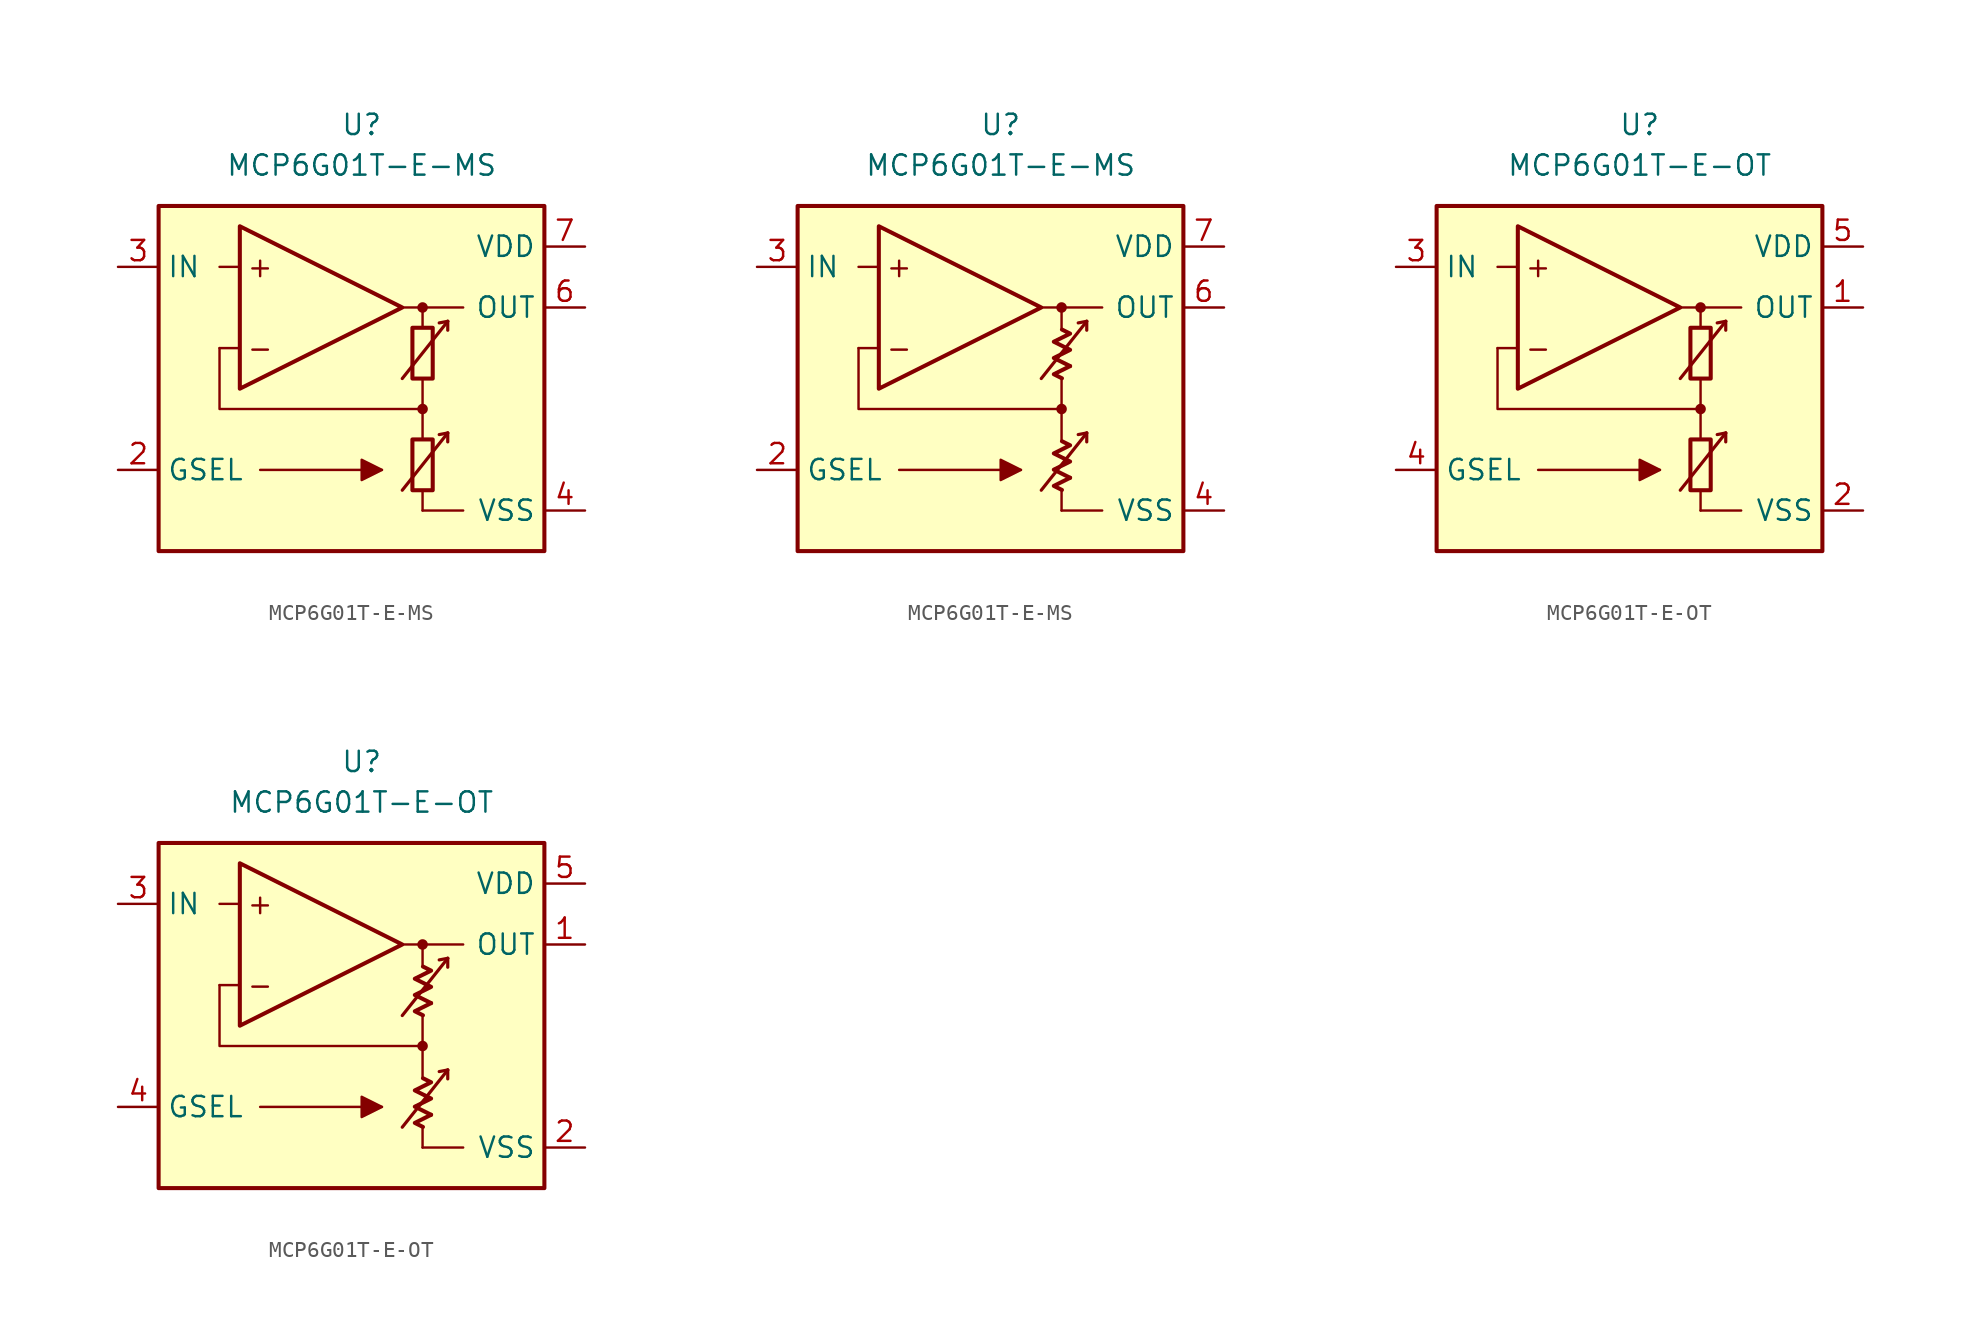
<source format=kicad_sym>
(kicad_symbol_lib
  (version 20231120)
  (generator "kicad_symbol_editor")
  (generator_version "8.0")
  (symbol "MCP6G01T-E-MS"
    (property "Reference" "U"
      (at 0 16.51 0)
      (effects (font (size 1.27 1.27))))
    (property "Value" "MCP6G01T-E-MS"
      (at 0 13.97 0)
      (effects (font (size 1.27 1.27))))
    (symbol "MCP6G01T-E-MS_0_0"
      (rectangle (start -12.7 11.43) (end 11.43 -10.16) (stroke (width 0.254) (type default)) (fill (type background)))
      (polyline (pts (xy 3.81 -3.81)) (stroke (width 0.152) (type default)) (fill (type none)))
      (polyline (pts (xy 3.81 -3.175)) (stroke (width 0.152) (type default)) (fill (type none)))
      (polyline (pts (xy 3.81 3.81)) (stroke (width 0.152) (type default)) (fill (type none)))
      (polyline (pts (xy 3.81 3.81)) (stroke (width 0.152) (type default)) (fill (type none)))
      (polyline (pts (xy -7.62 2.54) (xy -8.89 2.54)) (stroke (width 0.152) (type default)) (fill (type none)))
      (polyline (pts (xy -7.62 7.62) (xy -8.89 7.62)) (stroke (width 0.152) (type default)) (fill (type none)))
      (polyline (pts (xy 2.54 5.08) (xy 6.35 5.08)) (stroke (width 0.152) (type default)) (fill (type none)))
      (polyline (pts (xy 3.81 -7.62) (xy 6.35 -7.62)) (stroke (width 0.152) (type default)) (fill (type none)))
      (polyline (pts (xy 3.81 -6.35) (xy 3.81 -7.62)) (stroke (width 0.152) (type default)) (fill (type none)))
      (polyline (pts (xy 3.81 -1.27) (xy 3.81 -3.175)) (stroke (width 0.152) (type default)) (fill (type none)))
      (polyline (pts (xy 3.81 0.635) (xy 3.81 -1.27)) (stroke (width 0.152) (type default)) (fill (type none)))
      (polyline (pts (xy 3.81 5.08) (xy 3.81 3.81)) (stroke (width 0.152) (type default)) (fill (type none)))
      (polyline (pts (xy 3.81 -1.27) (xy -8.89 -1.27) (xy -8.89 2.54)) (stroke (width 0.152) (type default)) (fill (type none)))
      (circle (center 3.81 -1.27) (radius 0.254) (stroke (width 0.152) (type default)) (fill (type outline)))
      (circle (center 3.81 5.08) (radius 0.254) (stroke (width 0.152) (type default)) (fill (type outline)))
      (text "+" (at -6.35 7.62 0) (effects (font (size 1.27 1.27))))
      (text "-" (at -6.35 2.54 0) (effects (font (size 1.27 1.27)))))
    (symbol "MCP6G01T-E-MS_0_1"
      (rectangle (start 3.175 -3.175) (end 4.445 -6.35) (stroke (width 0.254) (type default)) (fill (type none)))
      (rectangle (start 3.175 3.81) (end 4.445 0.635) (stroke (width 0.254) (type default)) (fill (type none))))
    (symbol "MCP6G01T-E-MS_0_2"
      (polyline (pts (xy 4.343 -5.572) (xy 3.326 -6.08) (xy 3.834 -6.333)) (stroke (width 0.254) (type default)) (fill (type none)))
      (polyline (pts (xy 4.343 1.413) (xy 3.326 0.905) (xy 3.834 0.651)) (stroke (width 0.254) (type default)) (fill (type none)))
      (polyline (pts (xy 3.834 -3.285) (xy 4.343 -3.539) (xy 3.326 -4.048) (xy 4.343 -4.556) (xy 3.326 -5.064) (xy 4.343 -5.572)) (stroke (width 0.254) (type default)) (fill (type none)))
      (polyline (pts (xy 3.834 3.7) (xy 4.343 3.446) (xy 3.326 2.938) (xy 4.343 2.429) (xy 3.326 1.921) (xy 4.343 1.413)) (stroke (width 0.254) (type default)) (fill (type none))))
    (symbol "MCP6G01T-E-MS_1_0"
      (polyline (pts (xy -6.35 -5.08) (xy 1.27 -5.08)) (stroke (width 0.152) (type default)) (fill (type none)))
      (polyline (pts (xy 5.385 -2.769) (xy 4.851 -2.87)) (stroke (width 0.2) (type default)) (fill (type none)))
      (polyline (pts (xy 5.385 -2.769) (xy 5.385 -3.327)) (stroke (width 0.2) (type default)) (fill (type none)))
      (polyline (pts (xy 5.385 4.216) (xy 4.851 4.115)) (stroke (width 0.2) (type default)) (fill (type none)))
      (polyline (pts (xy 5.385 4.216) (xy 5.385 3.658)) (stroke (width 0.2) (type default)) (fill (type none)))
      (polyline (pts (xy -7.62 10.16) (xy -7.62 0) (xy 2.54 5.08) (xy -7.62 10.16)) (stroke (width 0.254) (type default)) (fill (type background)))
      (polyline (pts (xy 2.54 -6.35) (xy 5.385 -2.769) (xy 5.385 -2.769) (xy 5.385 -2.769)) (stroke (width 0.2) (type default)) (fill (type none)))
      (polyline (pts (xy 2.54 0.635) (xy 5.385 4.216) (xy 5.385 4.216) (xy 5.385 4.216)) (stroke (width 0.2) (type default)) (fill (type none)))
      (polyline (pts (xy 1.27 -5.08) (xy 0 -4.445) (xy 0 -5.715) (xy 1.27 -5.08) (xy 0 -4.445)) (stroke (width 0.152) (type default)) (fill (type outline))))
    (symbol "MCP6G01T-E-MS_1_1"
      (pin free line (at -1.27 -5.08 0) (length 2.54) hide (name "NC" (effects (font (size 1.27 1.27)))) (number "1" (effects (font (size 1.27 1.27)))))
      (pin input line (at -15.24 -5.08 0) (length 2.54) (name "GSEL" (effects (font (size 1.27 1.27)))) (number "2" (effects (font (size 1.27 1.27)))))
      (pin input line (at -15.24 7.62 0) (length 2.54) (name "IN" (effects (font (size 1.27 1.27)))) (number "3" (effects (font (size 1.27 1.27)))))
      (pin power_in line (at 13.97 -7.62 180) (length 2.54) (name "VSS" (effects (font (size 1.27 1.27)))) (number "4" (effects (font (size 1.27 1.27)))))
      (pin free line (at -1.27 -7.62 0) (length 2.54) hide (name "NC" (effects (font (size 1.27 1.27)))) (number "5" (effects (font (size 1.27 1.27)))))
      (pin output line (at 13.97 5.08 180) (length 2.54) (name "OUT" (effects (font (size 1.27 1.27)))) (number "6" (effects (font (size 1.27 1.27)))))
      (pin power_in line (at 13.97 8.89 180) (length 2.54) (name "VDD" (effects (font (size 1.27 1.27)))) (number "7" (effects (font (size 1.27 1.27)))))
      (pin free line (at -1.27 -2.54 0) (length 2.54) hide (name "NC" (effects (font (size 1.27 1.27)))) (number "8" (effects (font (size 1.27 1.27))))))
    (symbol "MCP6G01T-E-MS_1_2"
      (pin no_connect line (at -1.27 -5.08 0) (length 2.54) hide (name "NC" (effects (font (size 1.27 1.27)))) (number "1" (effects (font (size 1.27 1.27)))))
      (pin input line (at -15.24 -5.08 0) (length 2.54) (name "GSEL" (effects (font (size 1.27 1.27)))) (number "2" (effects (font (size 1.27 1.27)))))
      (pin input line (at -15.24 7.62 0) (length 2.54) (name "IN" (effects (font (size 1.27 1.27)))) (number "3" (effects (font (size 1.27 1.27)))))
      (pin power_in line (at 13.97 -7.62 180) (length 2.54) (name "VSS" (effects (font (size 1.27 1.27)))) (number "4" (effects (font (size 1.27 1.27)))))
      (pin no_connect line (at -1.27 -7.62 0) (length 2.54) hide (name "NC" (effects (font (size 1.27 1.27)))) (number "5" (effects (font (size 1.27 1.27)))))
      (pin output line (at 13.97 5.08 180) (length 2.54) (name "OUT" (effects (font (size 1.27 1.27)))) (number "6" (effects (font (size 1.27 1.27)))))
      (pin power_in line (at 13.97 8.89 180) (length 2.54) (name "VDD" (effects (font (size 1.27 1.27)))) (number "7" (effects (font (size 1.27 1.27)))))
      (pin no_connect line (at -1.27 -2.54 0) (length 2.54) hide (name "NC" (effects (font (size 1.27 1.27)))) (number "8" (effects (font (size 1.27 1.27)))))))
  (symbol "MCP6G01T-E-OT"
    (property "Reference" "U"
      (at 0 16.51 0)
      (effects (font (size 1.27 1.27))))
    (property "Value" "MCP6G01T-E-OT"
      (at 0 13.97 0)
      (effects (font (size 1.27 1.27))))
    (symbol "MCP6G01T-E-OT_0_0"
      (rectangle (start -12.7 11.43) (end 11.43 -10.16) (stroke (width 0.254) (type default)) (fill (type background)))
      (polyline (pts (xy 3.81 -3.81)) (stroke (width 0.152) (type default)) (fill (type none)))
      (polyline (pts (xy 3.81 -3.175)) (stroke (width 0.152) (type default)) (fill (type none)))
      (polyline (pts (xy 3.81 3.81)) (stroke (width 0.152) (type default)) (fill (type none)))
      (polyline (pts (xy 3.81 3.81)) (stroke (width 0.152) (type default)) (fill (type none)))
      (polyline (pts (xy -7.62 2.54) (xy -8.89 2.54)) (stroke (width 0.152) (type default)) (fill (type none)))
      (polyline (pts (xy -7.62 7.62) (xy -8.89 7.62)) (stroke (width 0.152) (type default)) (fill (type none)))
      (polyline (pts (xy 2.54 5.08) (xy 6.35 5.08)) (stroke (width 0.152) (type default)) (fill (type none)))
      (polyline (pts (xy 3.81 -7.62) (xy 6.35 -7.62)) (stroke (width 0.152) (type default)) (fill (type none)))
      (polyline (pts (xy 3.81 -6.35) (xy 3.81 -7.62)) (stroke (width 0.152) (type default)) (fill (type none)))
      (polyline (pts (xy 3.81 -1.27) (xy 3.81 -3.175)) (stroke (width 0.152) (type default)) (fill (type none)))
      (polyline (pts (xy 3.81 0.635) (xy 3.81 -1.27)) (stroke (width 0.152) (type default)) (fill (type none)))
      (polyline (pts (xy 3.81 5.08) (xy 3.81 3.81)) (stroke (width 0.152) (type default)) (fill (type none)))
      (polyline (pts (xy 3.81 -1.27) (xy -8.89 -1.27) (xy -8.89 2.54)) (stroke (width 0.152) (type default)) (fill (type none)))
      (circle (center 3.81 -1.27) (radius 0.254) (stroke (width 0.152) (type default)) (fill (type outline)))
      (circle (center 3.81 5.08) (radius 0.254) (stroke (width 0.152) (type default)) (fill (type outline)))
      (text "+" (at -6.35 7.62 0) (effects (font (size 1.27 1.27))))
      (text "-" (at -6.35 2.54 0) (effects (font (size 1.27 1.27)))))
    (symbol "MCP6G01T-E-OT_0_1"
      (rectangle (start 3.175 -3.175) (end 4.445 -6.35) (stroke (width 0.254) (type default)) (fill (type none)))
      (rectangle (start 3.175 3.81) (end 4.445 0.635) (stroke (width 0.254) (type default)) (fill (type none))))
    (symbol "MCP6G01T-E-OT_0_2"
      (polyline (pts (xy 4.343 -5.572) (xy 3.326 -6.08) (xy 3.834 -6.333)) (stroke (width 0.254) (type default)) (fill (type none)))
      (polyline (pts (xy 4.343 1.413) (xy 3.326 0.905) (xy 3.834 0.651)) (stroke (width 0.254) (type default)) (fill (type none)))
      (polyline (pts (xy 3.834 -3.285) (xy 4.343 -3.539) (xy 3.326 -4.048) (xy 4.343 -4.556) (xy 3.326 -5.064) (xy 4.343 -5.572)) (stroke (width 0.254) (type default)) (fill (type none)))
      (polyline (pts (xy 3.834 3.7) (xy 4.343 3.446) (xy 3.326 2.938) (xy 4.343 2.429) (xy 3.326 1.921) (xy 4.343 1.413)) (stroke (width 0.254) (type default)) (fill (type none))))
    (symbol "MCP6G01T-E-OT_1_0"
      (polyline (pts (xy -6.35 -5.08) (xy 1.27 -5.08)) (stroke (width 0.152) (type default)) (fill (type none)))
      (polyline (pts (xy 5.385 -2.769) (xy 4.851 -2.87)) (stroke (width 0.2) (type default)) (fill (type none)))
      (polyline (pts (xy 5.385 -2.769) (xy 5.385 -3.327)) (stroke (width 0.2) (type default)) (fill (type none)))
      (polyline (pts (xy 5.385 4.216) (xy 4.851 4.115)) (stroke (width 0.2) (type default)) (fill (type none)))
      (polyline (pts (xy 5.385 4.216) (xy 5.385 3.658)) (stroke (width 0.2) (type default)) (fill (type none)))
      (polyline (pts (xy -7.62 10.16) (xy -7.62 0) (xy 2.54 5.08) (xy -7.62 10.16)) (stroke (width 0.254) (type default)) (fill (type background)))
      (polyline (pts (xy 2.54 -6.35) (xy 5.385 -2.769) (xy 5.385 -2.769) (xy 5.385 -2.769)) (stroke (width 0.2) (type default)) (fill (type none)))
      (polyline (pts (xy 2.54 0.635) (xy 5.385 4.216) (xy 5.385 4.216) (xy 5.385 4.216)) (stroke (width 0.2) (type default)) (fill (type none)))
      (polyline (pts (xy 1.27 -5.08) (xy 0 -4.445) (xy 0 -5.715) (xy 1.27 -5.08) (xy 0 -4.445)) (stroke (width 0.152) (type default)) (fill (type outline))))
    (symbol "MCP6G01T-E-OT_1_1"
      (pin output line (at 13.97 5.08 180) (length 2.54) (name "OUT" (effects (font (size 1.27 1.27)))) (number "1" (effects (font (size 1.27 1.27)))))
      (pin power_in line (at 13.97 -7.62 180) (length 2.54) (name "VSS" (effects (font (size 1.27 1.27)))) (number "2" (effects (font (size 1.27 1.27)))))
      (pin input line (at -15.24 7.62 0) (length 2.54) (name "IN" (effects (font (size 1.27 1.27)))) (number "3" (effects (font (size 1.27 1.27)))))
      (pin input line (at -15.24 -5.08 0) (length 2.54) (name "GSEL" (effects (font (size 1.27 1.27)))) (number "4" (effects (font (size 1.27 1.27)))))
      (pin power_in line (at 13.97 8.89 180) (length 2.54) (name "VDD" (effects (font (size 1.27 1.27)))) (number "5" (effects (font (size 1.27 1.27))))))
    (symbol "MCP6G01T-E-OT_1_2"
      (pin output line (at 13.97 5.08 180) (length 2.54) (name "OUT" (effects (font (size 1.27 1.27)))) (number "1" (effects (font (size 1.27 1.27)))))
      (pin power_in line (at 13.97 -7.62 180) (length 2.54) (name "VSS" (effects (font (size 1.27 1.27)))) (number "2" (effects (font (size 1.27 1.27)))))
      (pin input line (at -15.24 7.62 0) (length 2.54) (name "IN" (effects (font (size 1.27 1.27)))) (number "3" (effects (font (size 1.27 1.27)))))
      (pin input line (at -15.24 -5.08 0) (length 2.54) (name "GSEL" (effects (font (size 1.27 1.27)))) (number "4" (effects (font (size 1.27 1.27)))))
      (pin power_in line (at 13.97 8.89 180) (length 2.54) (name "VDD" (effects (font (size 1.27 1.27)))) (number "5" (effects (font (size 1.27 1.27))))))))
</source>
